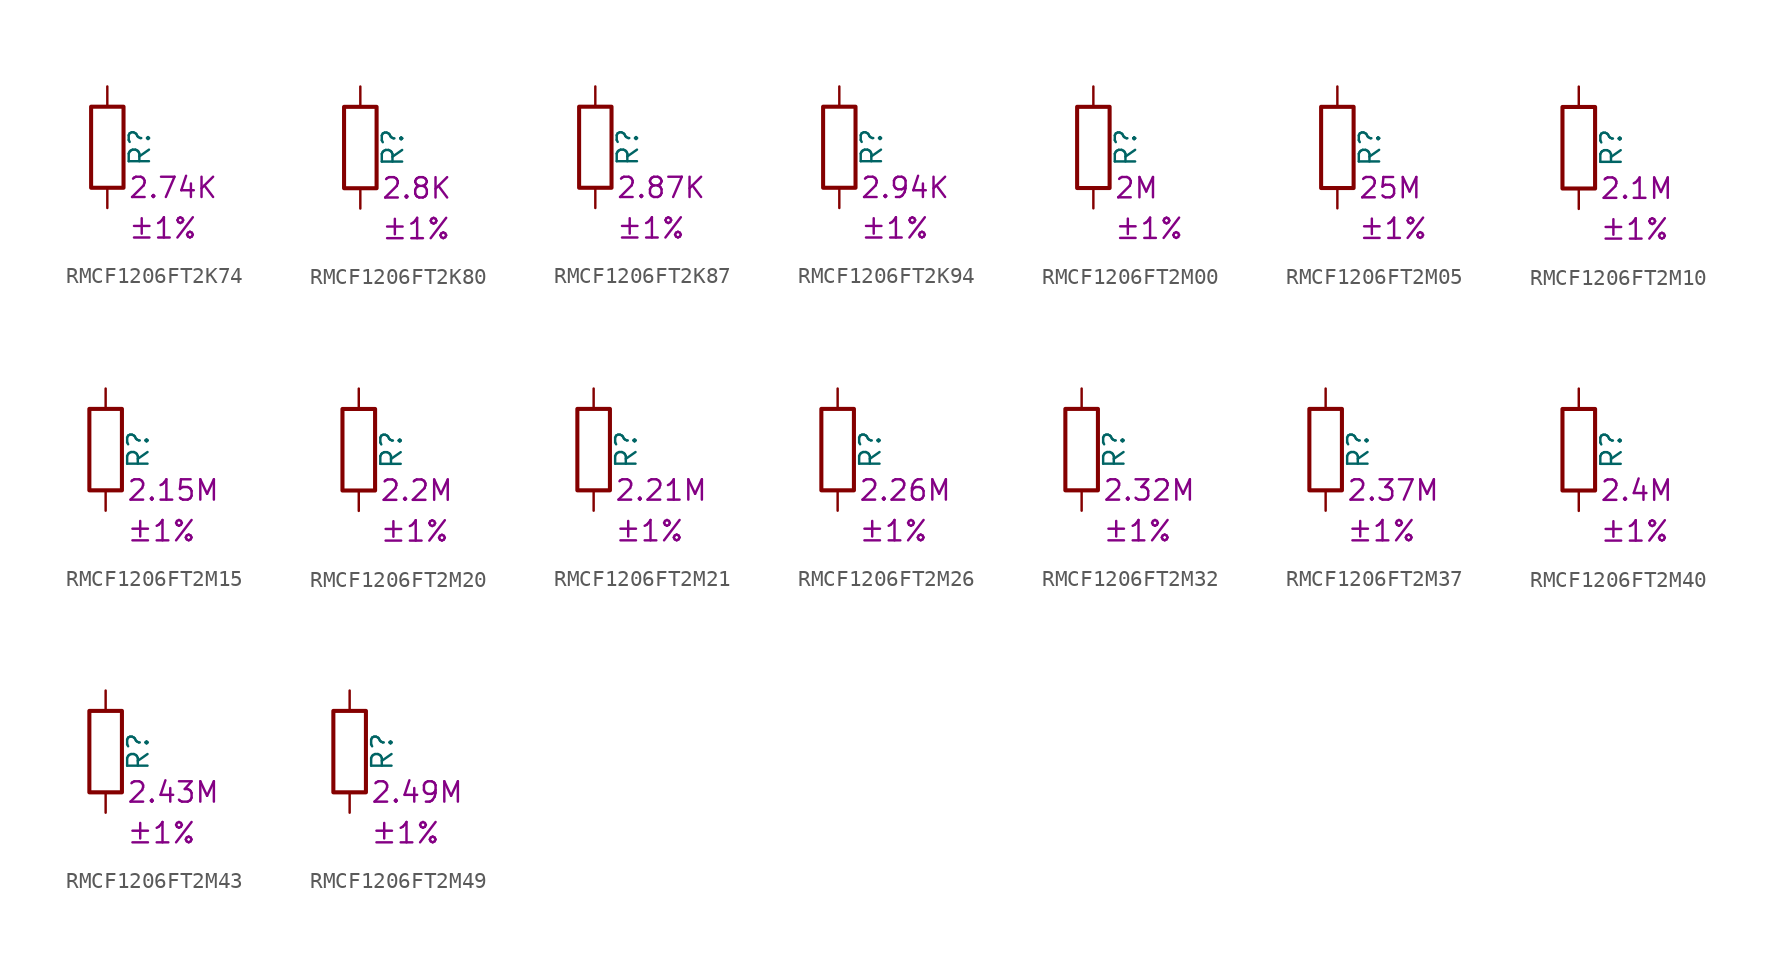
<source format=kicad_sym>
(kicad_symbol_lib
  (version 20220914)
  (generator kicad_symbol_editor)
  (symbol "RMCF1206FT2K74"
    (pin_numbers hide)
    (pin_names
      (offset 0))
    (property "Reference" "R"
      (at 2.032 0 90)
      (effects (font (size 1.27 1.27))))
    (property "Resistance" "2.74K"
      (at 1.27 -2.54 0)
      (effects (font (size 1.27 1.27)) (justify left)))
    (property "Tolerance" "±1%"
      (at 1.27 -5.08 0)
      (effects (font (size 1.27 1.27)) (justify left)))
    (symbol "RMCF1206FT2K74_0_1"
      (rectangle (start -1.016 -2.54) (end 1.016 2.54) (stroke (width 0.254) (type default)) (fill (type none))))
    (symbol "RMCF1206FT2K74_1_1"
      (pin passive line (at 0 3.81 270) (length 1.27) (name "~" (effects (font (size 1.27 1.27)))) (number "1" (effects (font (size 1.27 1.27)))))
      (pin passive line (at 0 -3.81 90) (length 1.27) (name "~" (effects (font (size 1.27 1.27)))) (number "2" (effects (font (size 1.27 1.27)))))))
  (symbol "RMCF1206FT2K80"
    (pin_numbers hide)
    (pin_names
      (offset 0))
    (property "Reference" "R"
      (at 2.032 0 90)
      (effects (font (size 1.27 1.27))))
    (property "Resistance" "2.8K"
      (at 1.27 -2.54 0)
      (effects (font (size 1.27 1.27)) (justify left)))
    (property "Tolerance" "±1%"
      (at 1.27 -5.08 0)
      (effects (font (size 1.27 1.27)) (justify left)))
    (symbol "RMCF1206FT2K80_0_1"
      (rectangle (start -1.016 -2.54) (end 1.016 2.54) (stroke (width 0.254) (type default)) (fill (type none))))
    (symbol "RMCF1206FT2K80_1_1"
      (pin passive line (at 0 3.81 270) (length 1.27) (name "~" (effects (font (size 1.27 1.27)))) (number "1" (effects (font (size 1.27 1.27)))))
      (pin passive line (at 0 -3.81 90) (length 1.27) (name "~" (effects (font (size 1.27 1.27)))) (number "2" (effects (font (size 1.27 1.27)))))))
  (symbol "RMCF1206FT2K87"
    (pin_numbers hide)
    (pin_names
      (offset 0))
    (property "Reference" "R"
      (at 2.032 0 90)
      (effects (font (size 1.27 1.27))))
    (property "Resistance" "2.87K"
      (at 1.27 -2.54 0)
      (effects (font (size 1.27 1.27)) (justify left)))
    (property "Tolerance" "±1%"
      (at 1.27 -5.08 0)
      (effects (font (size 1.27 1.27)) (justify left)))
    (symbol "RMCF1206FT2K87_0_1"
      (rectangle (start -1.016 -2.54) (end 1.016 2.54) (stroke (width 0.254) (type default)) (fill (type none))))
    (symbol "RMCF1206FT2K87_1_1"
      (pin passive line (at 0 3.81 270) (length 1.27) (name "~" (effects (font (size 1.27 1.27)))) (number "1" (effects (font (size 1.27 1.27)))))
      (pin passive line (at 0 -3.81 90) (length 1.27) (name "~" (effects (font (size 1.27 1.27)))) (number "2" (effects (font (size 1.27 1.27)))))))
  (symbol "RMCF1206FT2K94"
    (pin_numbers hide)
    (pin_names
      (offset 0))
    (property "Reference" "R"
      (at 2.032 0 90)
      (effects (font (size 1.27 1.27))))
    (property "Resistance" "2.94K"
      (at 1.27 -2.54 0)
      (effects (font (size 1.27 1.27)) (justify left)))
    (property "Tolerance" "±1%"
      (at 1.27 -5.08 0)
      (effects (font (size 1.27 1.27)) (justify left)))
    (symbol "RMCF1206FT2K94_0_1"
      (rectangle (start -1.016 -2.54) (end 1.016 2.54) (stroke (width 0.254) (type default)) (fill (type none))))
    (symbol "RMCF1206FT2K94_1_1"
      (pin passive line (at 0 3.81 270) (length 1.27) (name "~" (effects (font (size 1.27 1.27)))) (number "1" (effects (font (size 1.27 1.27)))))
      (pin passive line (at 0 -3.81 90) (length 1.27) (name "~" (effects (font (size 1.27 1.27)))) (number "2" (effects (font (size 1.27 1.27)))))))
  (symbol "RMCF1206FT2M00"
    (pin_numbers hide)
    (pin_names
      (offset 0))
    (property "Reference" "R"
      (at 2.032 0 90)
      (effects (font (size 1.27 1.27))))
    (property "Resistance" "2M"
      (at 1.27 -2.54 0)
      (effects (font (size 1.27 1.27)) (justify left)))
    (property "Tolerance" "±1%"
      (at 1.27 -5.08 0)
      (effects (font (size 1.27 1.27)) (justify left)))
    (symbol "RMCF1206FT2M00_0_1"
      (rectangle (start -1.016 -2.54) (end 1.016 2.54) (stroke (width 0.254) (type default)) (fill (type none))))
    (symbol "RMCF1206FT2M00_1_1"
      (pin passive line (at 0 3.81 270) (length 1.27) (name "~" (effects (font (size 1.27 1.27)))) (number "1" (effects (font (size 1.27 1.27)))))
      (pin passive line (at 0 -3.81 90) (length 1.27) (name "~" (effects (font (size 1.27 1.27)))) (number "2" (effects (font (size 1.27 1.27)))))))
  (symbol "RMCF1206FT2M05"
    (pin_numbers hide)
    (pin_names
      (offset 0))
    (property "Reference" "R"
      (at 2.032 0 90)
      (effects (font (size 1.27 1.27))))
    (property "Resistance" "25M"
      (at 1.27 -2.54 0)
      (effects (font (size 1.27 1.27)) (justify left)))
    (property "Tolerance" "±1%"
      (at 1.27 -5.08 0)
      (effects (font (size 1.27 1.27)) (justify left)))
    (symbol "RMCF1206FT2M05_0_1"
      (rectangle (start -1.016 -2.54) (end 1.016 2.54) (stroke (width 0.254) (type default)) (fill (type none))))
    (symbol "RMCF1206FT2M05_1_1"
      (pin passive line (at 0 3.81 270) (length 1.27) (name "~" (effects (font (size 1.27 1.27)))) (number "1" (effects (font (size 1.27 1.27)))))
      (pin passive line (at 0 -3.81 90) (length 1.27) (name "~" (effects (font (size 1.27 1.27)))) (number "2" (effects (font (size 1.27 1.27)))))))
  (symbol "RMCF1206FT2M10"
    (pin_numbers hide)
    (pin_names
      (offset 0))
    (property "Reference" "R"
      (at 2.032 0 90)
      (effects (font (size 1.27 1.27))))
    (property "Resistance" "2.1M"
      (at 1.27 -2.54 0)
      (effects (font (size 1.27 1.27)) (justify left)))
    (property "Tolerance" "±1%"
      (at 1.27 -5.08 0)
      (effects (font (size 1.27 1.27)) (justify left)))
    (symbol "RMCF1206FT2M10_0_1"
      (rectangle (start -1.016 -2.54) (end 1.016 2.54) (stroke (width 0.254) (type default)) (fill (type none))))
    (symbol "RMCF1206FT2M10_1_1"
      (pin passive line (at 0 3.81 270) (length 1.27) (name "~" (effects (font (size 1.27 1.27)))) (number "1" (effects (font (size 1.27 1.27)))))
      (pin passive line (at 0 -3.81 90) (length 1.27) (name "~" (effects (font (size 1.27 1.27)))) (number "2" (effects (font (size 1.27 1.27)))))))
  (symbol "RMCF1206FT2M15"
    (pin_numbers hide)
    (pin_names
      (offset 0))
    (property "Reference" "R"
      (at 2.032 0 90)
      (effects (font (size 1.27 1.27))))
    (property "Resistance" "2.15M"
      (at 1.27 -2.54 0)
      (effects (font (size 1.27 1.27)) (justify left)))
    (property "Tolerance" "±1%"
      (at 1.27 -5.08 0)
      (effects (font (size 1.27 1.27)) (justify left)))
    (symbol "RMCF1206FT2M15_0_1"
      (rectangle (start -1.016 -2.54) (end 1.016 2.54) (stroke (width 0.254) (type default)) (fill (type none))))
    (symbol "RMCF1206FT2M15_1_1"
      (pin passive line (at 0 3.81 270) (length 1.27) (name "~" (effects (font (size 1.27 1.27)))) (number "1" (effects (font (size 1.27 1.27)))))
      (pin passive line (at 0 -3.81 90) (length 1.27) (name "~" (effects (font (size 1.27 1.27)))) (number "2" (effects (font (size 1.27 1.27)))))))
  (symbol "RMCF1206FT2M20"
    (pin_numbers hide)
    (pin_names
      (offset 0))
    (property "Reference" "R"
      (at 2.032 0 90)
      (effects (font (size 1.27 1.27))))
    (property "Resistance" "2.2M"
      (at 1.27 -2.54 0)
      (effects (font (size 1.27 1.27)) (justify left)))
    (property "Tolerance" "±1%"
      (at 1.27 -5.08 0)
      (effects (font (size 1.27 1.27)) (justify left)))
    (symbol "RMCF1206FT2M20_0_1"
      (rectangle (start -1.016 -2.54) (end 1.016 2.54) (stroke (width 0.254) (type default)) (fill (type none))))
    (symbol "RMCF1206FT2M20_1_1"
      (pin passive line (at 0 3.81 270) (length 1.27) (name "~" (effects (font (size 1.27 1.27)))) (number "1" (effects (font (size 1.27 1.27)))))
      (pin passive line (at 0 -3.81 90) (length 1.27) (name "~" (effects (font (size 1.27 1.27)))) (number "2" (effects (font (size 1.27 1.27)))))))
  (symbol "RMCF1206FT2M21"
    (pin_numbers hide)
    (pin_names
      (offset 0))
    (property "Reference" "R"
      (at 2.032 0 90)
      (effects (font (size 1.27 1.27))))
    (property "Resistance" "2.21M"
      (at 1.27 -2.54 0)
      (effects (font (size 1.27 1.27)) (justify left)))
    (property "Tolerance" "±1%"
      (at 1.27 -5.08 0)
      (effects (font (size 1.27 1.27)) (justify left)))
    (symbol "RMCF1206FT2M21_0_1"
      (rectangle (start -1.016 -2.54) (end 1.016 2.54) (stroke (width 0.254) (type default)) (fill (type none))))
    (symbol "RMCF1206FT2M21_1_1"
      (pin passive line (at 0 3.81 270) (length 1.27) (name "~" (effects (font (size 1.27 1.27)))) (number "1" (effects (font (size 1.27 1.27)))))
      (pin passive line (at 0 -3.81 90) (length 1.27) (name "~" (effects (font (size 1.27 1.27)))) (number "2" (effects (font (size 1.27 1.27)))))))
  (symbol "RMCF1206FT2M26"
    (pin_numbers hide)
    (pin_names
      (offset 0))
    (property "Reference" "R"
      (at 2.032 0 90)
      (effects (font (size 1.27 1.27))))
    (property "Resistance" "2.26M"
      (at 1.27 -2.54 0)
      (effects (font (size 1.27 1.27)) (justify left)))
    (property "Tolerance" "±1%"
      (at 1.27 -5.08 0)
      (effects (font (size 1.27 1.27)) (justify left)))
    (symbol "RMCF1206FT2M26_0_1"
      (rectangle (start -1.016 -2.54) (end 1.016 2.54) (stroke (width 0.254) (type default)) (fill (type none))))
    (symbol "RMCF1206FT2M26_1_1"
      (pin passive line (at 0 3.81 270) (length 1.27) (name "~" (effects (font (size 1.27 1.27)))) (number "1" (effects (font (size 1.27 1.27)))))
      (pin passive line (at 0 -3.81 90) (length 1.27) (name "~" (effects (font (size 1.27 1.27)))) (number "2" (effects (font (size 1.27 1.27)))))))
  (symbol "RMCF1206FT2M32"
    (pin_numbers hide)
    (pin_names
      (offset 0))
    (property "Reference" "R"
      (at 2.032 0 90)
      (effects (font (size 1.27 1.27))))
    (property "Resistance" "2.32M"
      (at 1.27 -2.54 0)
      (effects (font (size 1.27 1.27)) (justify left)))
    (property "Tolerance" "±1%"
      (at 1.27 -5.08 0)
      (effects (font (size 1.27 1.27)) (justify left)))
    (symbol "RMCF1206FT2M32_0_1"
      (rectangle (start -1.016 -2.54) (end 1.016 2.54) (stroke (width 0.254) (type default)) (fill (type none))))
    (symbol "RMCF1206FT2M32_1_1"
      (pin passive line (at 0 3.81 270) (length 1.27) (name "~" (effects (font (size 1.27 1.27)))) (number "1" (effects (font (size 1.27 1.27)))))
      (pin passive line (at 0 -3.81 90) (length 1.27) (name "~" (effects (font (size 1.27 1.27)))) (number "2" (effects (font (size 1.27 1.27)))))))
  (symbol "RMCF1206FT2M37"
    (pin_numbers hide)
    (pin_names
      (offset 0))
    (property "Reference" "R"
      (at 2.032 0 90)
      (effects (font (size 1.27 1.27))))
    (property "Resistance" "2.37M"
      (at 1.27 -2.54 0)
      (effects (font (size 1.27 1.27)) (justify left)))
    (property "Tolerance" "±1%"
      (at 1.27 -5.08 0)
      (effects (font (size 1.27 1.27)) (justify left)))
    (symbol "RMCF1206FT2M37_0_1"
      (rectangle (start -1.016 -2.54) (end 1.016 2.54) (stroke (width 0.254) (type default)) (fill (type none))))
    (symbol "RMCF1206FT2M37_1_1"
      (pin passive line (at 0 3.81 270) (length 1.27) (name "~" (effects (font (size 1.27 1.27)))) (number "1" (effects (font (size 1.27 1.27)))))
      (pin passive line (at 0 -3.81 90) (length 1.27) (name "~" (effects (font (size 1.27 1.27)))) (number "2" (effects (font (size 1.27 1.27)))))))
  (symbol "RMCF1206FT2M40"
    (pin_numbers hide)
    (pin_names
      (offset 0))
    (property "Reference" "R"
      (at 2.032 0 90)
      (effects (font (size 1.27 1.27))))
    (property "Resistance" "2.4M"
      (at 1.27 -2.54 0)
      (effects (font (size 1.27 1.27)) (justify left)))
    (property "Tolerance" "±1%"
      (at 1.27 -5.08 0)
      (effects (font (size 1.27 1.27)) (justify left)))
    (symbol "RMCF1206FT2M40_0_1"
      (rectangle (start -1.016 -2.54) (end 1.016 2.54) (stroke (width 0.254) (type default)) (fill (type none))))
    (symbol "RMCF1206FT2M40_1_1"
      (pin passive line (at 0 3.81 270) (length 1.27) (name "~" (effects (font (size 1.27 1.27)))) (number "1" (effects (font (size 1.27 1.27)))))
      (pin passive line (at 0 -3.81 90) (length 1.27) (name "~" (effects (font (size 1.27 1.27)))) (number "2" (effects (font (size 1.27 1.27)))))))
  (symbol "RMCF1206FT2M43"
    (pin_numbers hide)
    (pin_names
      (offset 0))
    (property "Reference" "R"
      (at 2.032 0 90)
      (effects (font (size 1.27 1.27))))
    (property "Resistance" "2.43M"
      (at 1.27 -2.54 0)
      (effects (font (size 1.27 1.27)) (justify left)))
    (property "Tolerance" "±1%"
      (at 1.27 -5.08 0)
      (effects (font (size 1.27 1.27)) (justify left)))
    (symbol "RMCF1206FT2M43_0_1"
      (rectangle (start -1.016 -2.54) (end 1.016 2.54) (stroke (width 0.254) (type default)) (fill (type none))))
    (symbol "RMCF1206FT2M43_1_1"
      (pin passive line (at 0 3.81 270) (length 1.27) (name "~" (effects (font (size 1.27 1.27)))) (number "1" (effects (font (size 1.27 1.27)))))
      (pin passive line (at 0 -3.81 90) (length 1.27) (name "~" (effects (font (size 1.27 1.27)))) (number "2" (effects (font (size 1.27 1.27)))))))
  (symbol "RMCF1206FT2M49"
    (pin_numbers hide)
    (pin_names
      (offset 0))
    (property "Reference" "R"
      (at 2.032 0 90)
      (effects (font (size 1.27 1.27))))
    (property "Resistance" "2.49M"
      (at 1.27 -2.54 0)
      (effects (font (size 1.27 1.27)) (justify left)))
    (property "Tolerance" "±1%"
      (at 1.27 -5.08 0)
      (effects (font (size 1.27 1.27)) (justify left)))
    (symbol "RMCF1206FT2M49_0_1"
      (rectangle (start -1.016 -2.54) (end 1.016 2.54) (stroke (width 0.254) (type default)) (fill (type none))))
    (symbol "RMCF1206FT2M49_1_1"
      (pin passive line (at 0 3.81 270) (length 1.27) (name "~" (effects (font (size 1.27 1.27)))) (number "1" (effects (font (size 1.27 1.27)))))
      (pin passive line (at 0 -3.81 90) (length 1.27) (name "~" (effects (font (size 1.27 1.27)))) (number "2" (effects (font (size 1.27 1.27))))))))
</source>
